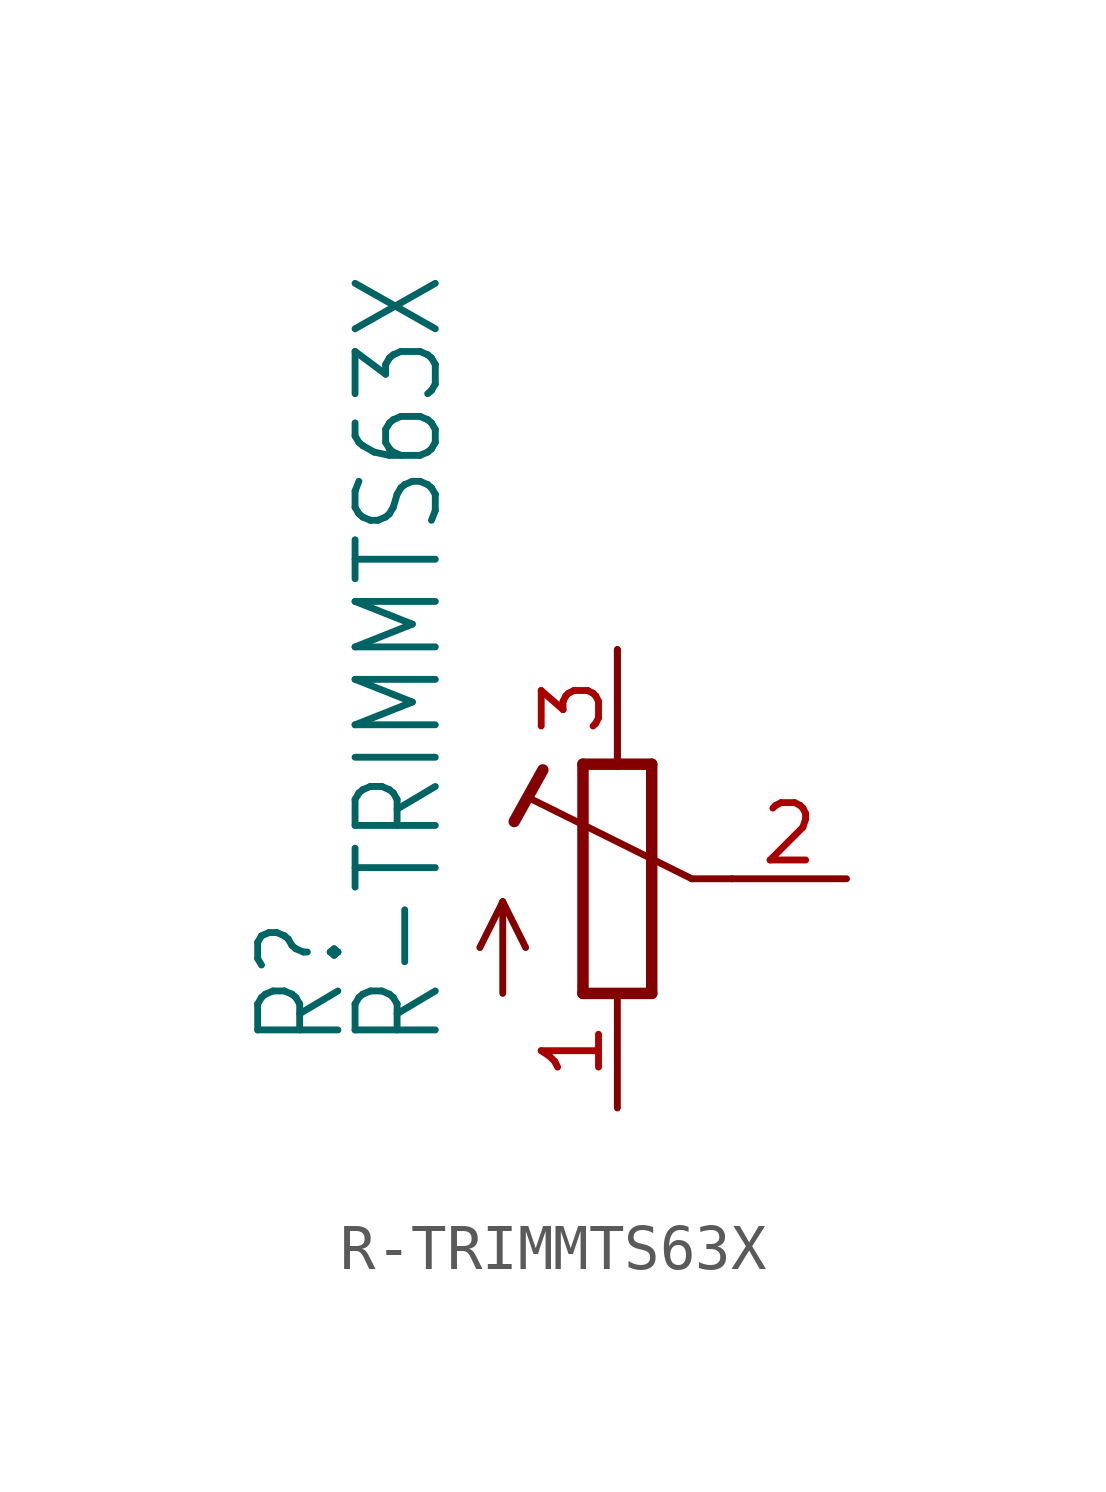
<source format=kicad_sym>
(kicad_symbol_lib
  (version 20220331)
  (generator kicad_symbol_editor)
  (symbol "R-TRIMMTS63X"
    (property "Reference" "R"
      (at -5.969 -3.81 90)
      (effects (font (size 1.778 1.511)) (justify left bottom)))
    (property "Value" "R-TRIMMTS63X"
      (at -3.81 -3.81 90)
      (effects (font (size 1.778 1.511)) (justify left bottom)))
    (property "ki_locked" ""
      (at 0 0 0)
      (effects (font (size 1.27 1.27))))
    (symbol "R-TRIMMTS63X_1_0"
      (polyline (pts (xy -2.54 -2.54) (xy -2.54 -0.508)) (stroke (width 0.152) (type solid)) (fill (type none)))
      (polyline (pts (xy -2.54 -0.508) (xy -3.048 -1.524)) (stroke (width 0.152) (type solid)) (fill (type none)))
      (polyline (pts (xy -2.54 -0.508) (xy -2.032 -1.524)) (stroke (width 0.152) (type solid)) (fill (type none)))
      (polyline (pts (xy -2.286 1.27) (xy -1.651 2.413)) (stroke (width 0.254) (type solid)) (fill (type none)))
      (polyline (pts (xy -0.762 -2.54) (xy 0.762 -2.54)) (stroke (width 0.254) (type solid)) (fill (type none)))
      (polyline (pts (xy -0.762 2.54) (xy -0.762 -2.54)) (stroke (width 0.254) (type solid)) (fill (type none)))
      (polyline (pts (xy 0 2.54) (xy -0.762 2.54)) (stroke (width 0.254) (type solid)) (fill (type none)))
      (polyline (pts (xy 0 2.54) (xy 0 5.08)) (stroke (width 0.152) (type solid)) (fill (type none)))
      (polyline (pts (xy 0.762 -2.54) (xy 0.762 2.54)) (stroke (width 0.254) (type solid)) (fill (type none)))
      (polyline (pts (xy 0.762 2.54) (xy 0 2.54)) (stroke (width 0.254) (type solid)) (fill (type none)))
      (polyline (pts (xy 1.651 0) (xy -1.88 1.753)) (stroke (width 0.152) (type solid)) (fill (type none)))
      (polyline (pts (xy 2.54 0) (xy 1.651 0)) (stroke (width 0.152) (type solid)) (fill (type none)))
      (pin passive line (at 0 -5.08 90) (length 2.54) (name "E" (effects (font (size 0 0)))) (number "1" (effects (font (size 1.27 1.27)))))
      (pin passive line (at 5.08 0 180) (length 2.54) (name "S" (effects (font (size 0 0)))) (number "2" (effects (font (size 1.27 1.27)))))
      (pin passive line (at 0 5.08 270) (length 2.54) (name "A" (effects (font (size 0 0)))) (number "3" (effects (font (size 1.27 1.27))))))))
</source>
